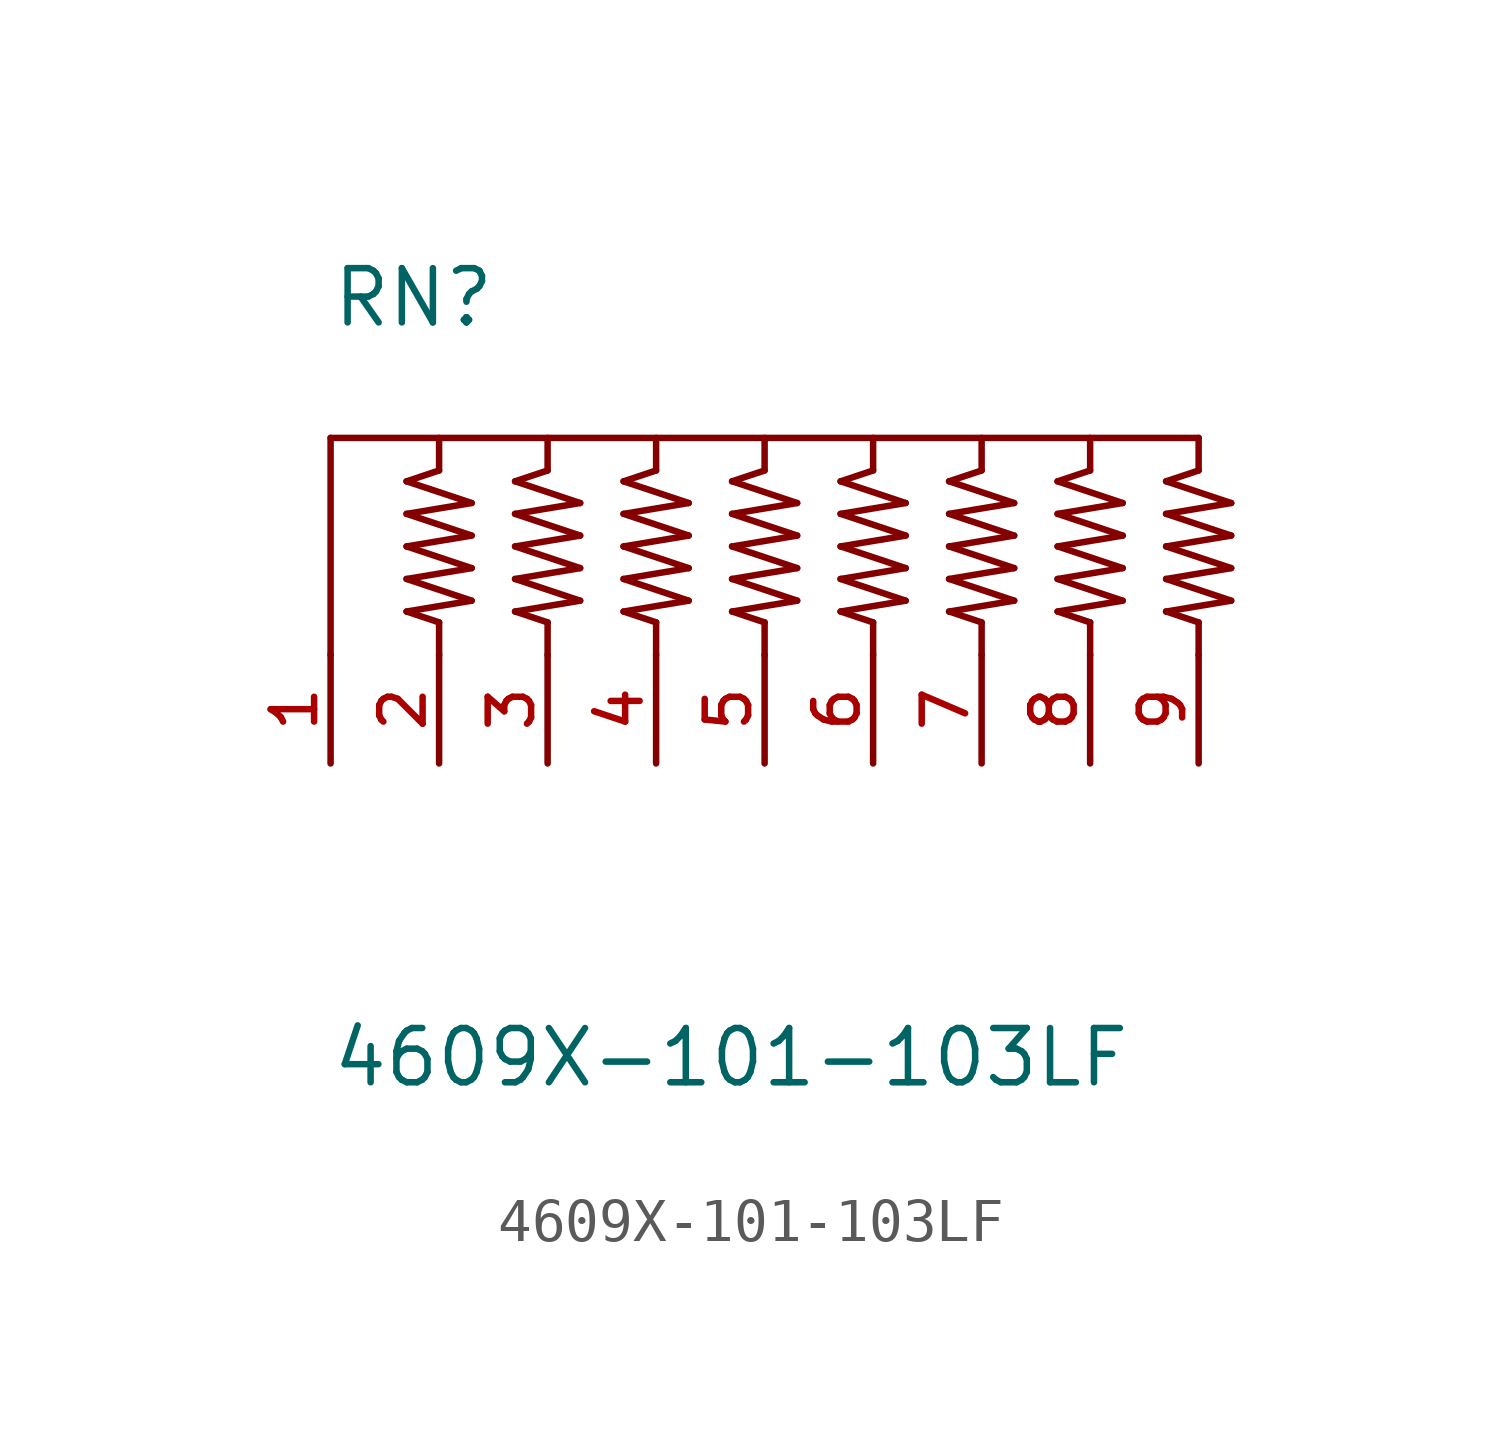
<source format=kicad_sym>
(kicad_symbol_lib
  (version 20211014)
  (generator kicad_symbol_editor)
  (symbol "4609X-101-103LF"
    (pin_names
      (offset 1.016))
    (property "Reference" "RN"
      (at -10.164 7.621 0)
      (effects (font (size 1.27 1.27)) (justify bottom left)))
    (property "Value" "4609X-101-103LF"
      (at -10.17 -10.167 0)
      (effects (font (size 1.27 1.27)) (justify bottom left)))
    (symbol "4609X-101-103LF_0_0"
      (polyline (pts (xy -10.16 0.0) (xy -10.16 5.08)) (stroke (width 0.152)))
      (polyline (pts (xy -10.16 5.08) (xy 10.16 5.08)) (stroke (width 0.152)))
      (polyline (pts (xy -2.54 5.08) (xy -2.54 4.318)) (stroke (width 0.152)))
      (polyline (pts (xy -1.778 3.556) (xy -3.302 3.302)) (stroke (width 0.152)))
      (polyline (pts (xy -3.302 3.302) (xy -1.778 2.794)) (stroke (width 0.152)))
      (polyline (pts (xy -1.778 2.794) (xy -3.302 2.54)) (stroke (width 0.152)))
      (polyline (pts (xy -3.302 2.54) (xy -1.778 2.032)) (stroke (width 0.152)))
      (polyline (pts (xy -1.778 2.032) (xy -3.302 1.778)) (stroke (width 0.152)))
      (polyline (pts (xy -3.302 1.778) (xy -1.778 1.27)) (stroke (width 0.152)))
      (polyline (pts (xy -1.778 1.27) (xy -3.302 1.016)) (stroke (width 0.152)))
      (polyline (pts (xy -3.302 1.016) (xy -2.54 0.762)) (stroke (width 0.152)))
      (polyline (pts (xy -2.54 0.762) (xy -2.54 0.0)) (stroke (width 0.152)))
      (polyline (pts (xy -1.778 3.556) (xy -3.302 4.064)) (stroke (width 0.152)))
      (polyline (pts (xy -3.302 4.064) (xy -2.54 4.318)) (stroke (width 0.152)))
      (polyline (pts (xy 0.0 5.08) (xy 0.0 4.318)) (stroke (width 0.152)))
      (polyline (pts (xy 0.762 3.556) (xy -0.762 3.302)) (stroke (width 0.152)))
      (polyline (pts (xy -0.762 3.302) (xy 0.762 2.794)) (stroke (width 0.152)))
      (polyline (pts (xy 0.762 2.794) (xy -0.762 2.54)) (stroke (width 0.152)))
      (polyline (pts (xy -0.762 2.54) (xy 0.762 2.032)) (stroke (width 0.152)))
      (polyline (pts (xy 0.762 2.032) (xy -0.762 1.778)) (stroke (width 0.152)))
      (polyline (pts (xy -0.762 1.778) (xy 0.762 1.27)) (stroke (width 0.152)))
      (polyline (pts (xy 0.762 1.27) (xy -0.762 1.016)) (stroke (width 0.152)))
      (polyline (pts (xy -0.762 1.016) (xy 0.0 0.762)) (stroke (width 0.152)))
      (polyline (pts (xy 0.0 0.762) (xy 0.0 0.0)) (stroke (width 0.152)))
      (polyline (pts (xy 0.762 3.556) (xy -0.762 4.064)) (stroke (width 0.152)))
      (polyline (pts (xy -0.762 4.064) (xy 0.0 4.318)) (stroke (width 0.152)))
      (polyline (pts (xy 2.54 5.08) (xy 2.54 4.318)) (stroke (width 0.152)))
      (polyline (pts (xy 3.302 3.556) (xy 1.778 3.302)) (stroke (width 0.152)))
      (polyline (pts (xy 1.778 3.302) (xy 3.302 2.794)) (stroke (width 0.152)))
      (polyline (pts (xy 3.302 2.794) (xy 1.778 2.54)) (stroke (width 0.152)))
      (polyline (pts (xy 1.778 2.54) (xy 3.302 2.032)) (stroke (width 0.152)))
      (polyline (pts (xy 3.302 2.032) (xy 1.778 1.778)) (stroke (width 0.152)))
      (polyline (pts (xy 1.778 1.778) (xy 3.302 1.27)) (stroke (width 0.152)))
      (polyline (pts (xy 3.302 1.27) (xy 1.778 1.016)) (stroke (width 0.152)))
      (polyline (pts (xy 1.778 1.016) (xy 2.54 0.762)) (stroke (width 0.152)))
      (polyline (pts (xy 2.54 0.762) (xy 2.54 0.0)) (stroke (width 0.152)))
      (polyline (pts (xy 3.302 3.556) (xy 1.778 4.064)) (stroke (width 0.152)))
      (polyline (pts (xy 1.778 4.064) (xy 2.54 4.318)) (stroke (width 0.152)))
      (polyline (pts (xy 5.08 5.08) (xy 5.08 4.318)) (stroke (width 0.152)))
      (polyline (pts (xy 5.842 3.556) (xy 4.318 3.302)) (stroke (width 0.152)))
      (polyline (pts (xy 4.318 3.302) (xy 5.842 2.794)) (stroke (width 0.152)))
      (polyline (pts (xy 5.842 2.794) (xy 4.318 2.54)) (stroke (width 0.152)))
      (polyline (pts (xy 4.318 2.54) (xy 5.842 2.032)) (stroke (width 0.152)))
      (polyline (pts (xy 5.842 2.032) (xy 4.318 1.778)) (stroke (width 0.152)))
      (polyline (pts (xy 4.318 1.778) (xy 5.842 1.27)) (stroke (width 0.152)))
      (polyline (pts (xy 5.842 1.27) (xy 4.318 1.016)) (stroke (width 0.152)))
      (polyline (pts (xy 4.318 1.016) (xy 5.08 0.762)) (stroke (width 0.152)))
      (polyline (pts (xy 5.08 0.762) (xy 5.08 0.0)) (stroke (width 0.152)))
      (polyline (pts (xy 5.842 3.556) (xy 4.318 4.064)) (stroke (width 0.152)))
      (polyline (pts (xy 4.318 4.064) (xy 5.08 4.318)) (stroke (width 0.152)))
      (polyline (pts (xy -5.08 5.08) (xy -5.08 4.318)) (stroke (width 0.152)))
      (polyline (pts (xy -4.318 3.556) (xy -5.842 3.302)) (stroke (width 0.152)))
      (polyline (pts (xy -5.842 3.302) (xy -4.318 2.794)) (stroke (width 0.152)))
      (polyline (pts (xy -4.318 2.794) (xy -5.842 2.54)) (stroke (width 0.152)))
      (polyline (pts (xy -5.842 2.54) (xy -4.318 2.032)) (stroke (width 0.152)))
      (polyline (pts (xy -4.318 2.032) (xy -5.842 1.778)) (stroke (width 0.152)))
      (polyline (pts (xy -5.842 1.778) (xy -4.318 1.27)) (stroke (width 0.152)))
      (polyline (pts (xy -4.318 1.27) (xy -5.842 1.016)) (stroke (width 0.152)))
      (polyline (pts (xy -5.842 1.016) (xy -5.08 0.762)) (stroke (width 0.152)))
      (polyline (pts (xy -5.08 0.762) (xy -5.08 0.0)) (stroke (width 0.152)))
      (polyline (pts (xy -4.318 3.556) (xy -5.842 4.064)) (stroke (width 0.152)))
      (polyline (pts (xy -5.842 4.064) (xy -5.08 4.318)) (stroke (width 0.152)))
      (polyline (pts (xy -7.62 5.08) (xy -7.62 4.318)) (stroke (width 0.152)))
      (polyline (pts (xy -6.858 3.556) (xy -8.382 3.302)) (stroke (width 0.152)))
      (polyline (pts (xy -8.382 3.302) (xy -6.858 2.794)) (stroke (width 0.152)))
      (polyline (pts (xy -6.858 2.794) (xy -8.382 2.54)) (stroke (width 0.152)))
      (polyline (pts (xy -8.382 2.54) (xy -6.858 2.032)) (stroke (width 0.152)))
      (polyline (pts (xy -6.858 2.032) (xy -8.382 1.778)) (stroke (width 0.152)))
      (polyline (pts (xy -8.382 1.778) (xy -6.858 1.27)) (stroke (width 0.152)))
      (polyline (pts (xy -6.858 1.27) (xy -8.382 1.016)) (stroke (width 0.152)))
      (polyline (pts (xy -8.382 1.016) (xy -7.62 0.762)) (stroke (width 0.152)))
      (polyline (pts (xy -7.62 0.762) (xy -7.62 0.0)) (stroke (width 0.152)))
      (polyline (pts (xy -6.858 3.556) (xy -8.382 4.064)) (stroke (width 0.152)))
      (polyline (pts (xy -8.382 4.064) (xy -7.62 4.318)) (stroke (width 0.152)))
      (polyline (pts (xy 7.62 5.08) (xy 7.62 4.318)) (stroke (width 0.152)))
      (polyline (pts (xy 8.382 3.556) (xy 6.858 3.302)) (stroke (width 0.152)))
      (polyline (pts (xy 6.858 3.302) (xy 8.382 2.794)) (stroke (width 0.152)))
      (polyline (pts (xy 8.382 2.794) (xy 6.858 2.54)) (stroke (width 0.152)))
      (polyline (pts (xy 6.858 2.54) (xy 8.382 2.032)) (stroke (width 0.152)))
      (polyline (pts (xy 8.382 2.032) (xy 6.858 1.778)) (stroke (width 0.152)))
      (polyline (pts (xy 6.858 1.778) (xy 8.382 1.27)) (stroke (width 0.152)))
      (polyline (pts (xy 8.382 1.27) (xy 6.858 1.016)) (stroke (width 0.152)))
      (polyline (pts (xy 6.858 1.016) (xy 7.62 0.762)) (stroke (width 0.152)))
      (polyline (pts (xy 7.62 0.762) (xy 7.62 0.0)) (stroke (width 0.152)))
      (polyline (pts (xy 8.382 3.556) (xy 6.858 4.064)) (stroke (width 0.152)))
      (polyline (pts (xy 6.858 4.064) (xy 7.62 4.318)) (stroke (width 0.152)))
      (polyline (pts (xy 10.16 5.08) (xy 10.16 4.318)) (stroke (width 0.152)))
      (polyline (pts (xy 10.922 3.556) (xy 9.398 3.302)) (stroke (width 0.152)))
      (polyline (pts (xy 9.398 3.302) (xy 10.922 2.794)) (stroke (width 0.152)))
      (polyline (pts (xy 10.922 2.794) (xy 9.398 2.54)) (stroke (width 0.152)))
      (polyline (pts (xy 9.398 2.54) (xy 10.922 2.032)) (stroke (width 0.152)))
      (polyline (pts (xy 10.922 2.032) (xy 9.398 1.778)) (stroke (width 0.152)))
      (polyline (pts (xy 9.398 1.778) (xy 10.922 1.27)) (stroke (width 0.152)))
      (polyline (pts (xy 10.922 1.27) (xy 9.398 1.016)) (stroke (width 0.152)))
      (polyline (pts (xy 9.398 1.016) (xy 10.16 0.762)) (stroke (width 0.152)))
      (polyline (pts (xy 10.16 0.762) (xy 10.16 0.0)) (stroke (width 0.152)))
      (polyline (pts (xy 10.922 3.556) (xy 9.398 4.064)) (stroke (width 0.152)))
      (polyline (pts (xy 9.398 4.064) (xy 10.16 4.318)) (stroke (width 0.152)))
      (pin passive line (at -10.16 -2.54 90.0) (length 2.54) (name "~" (effects (font (size 1.016 1.016)))) (number "1" (effects (font (size 1.016 1.016)))))
      (pin passive line (at -7.62 -2.54 90.0) (length 2.54) (name "~" (effects (font (size 1.016 1.016)))) (number "2" (effects (font (size 1.016 1.016)))))
      (pin passive line (at -5.08 -2.54 90.0) (length 2.54) (name "~" (effects (font (size 1.016 1.016)))) (number "3" (effects (font (size 1.016 1.016)))))
      (pin passive line (at -2.54 -2.54 90.0) (length 2.54) (name "~" (effects (font (size 1.016 1.016)))) (number "4" (effects (font (size 1.016 1.016)))))
      (pin passive line (at 0.0 -2.54 90.0) (length 2.54) (name "~" (effects (font (size 1.016 1.016)))) (number "5" (effects (font (size 1.016 1.016)))))
      (pin passive line (at 2.54 -2.54 90.0) (length 2.54) (name "~" (effects (font (size 1.016 1.016)))) (number "6" (effects (font (size 1.016 1.016)))))
      (pin passive line (at 5.08 -2.54 90.0) (length 2.54) (name "~" (effects (font (size 1.016 1.016)))) (number "7" (effects (font (size 1.016 1.016)))))
      (pin passive line (at 7.62 -2.54 90.0) (length 2.54) (name "~" (effects (font (size 1.016 1.016)))) (number "8" (effects (font (size 1.016 1.016)))))
      (pin passive line (at 10.16 -2.54 90.0) (length 2.54) (name "~" (effects (font (size 1.016 1.016)))) (number "9" (effects (font (size 1.016 1.016))))))))
</source>
